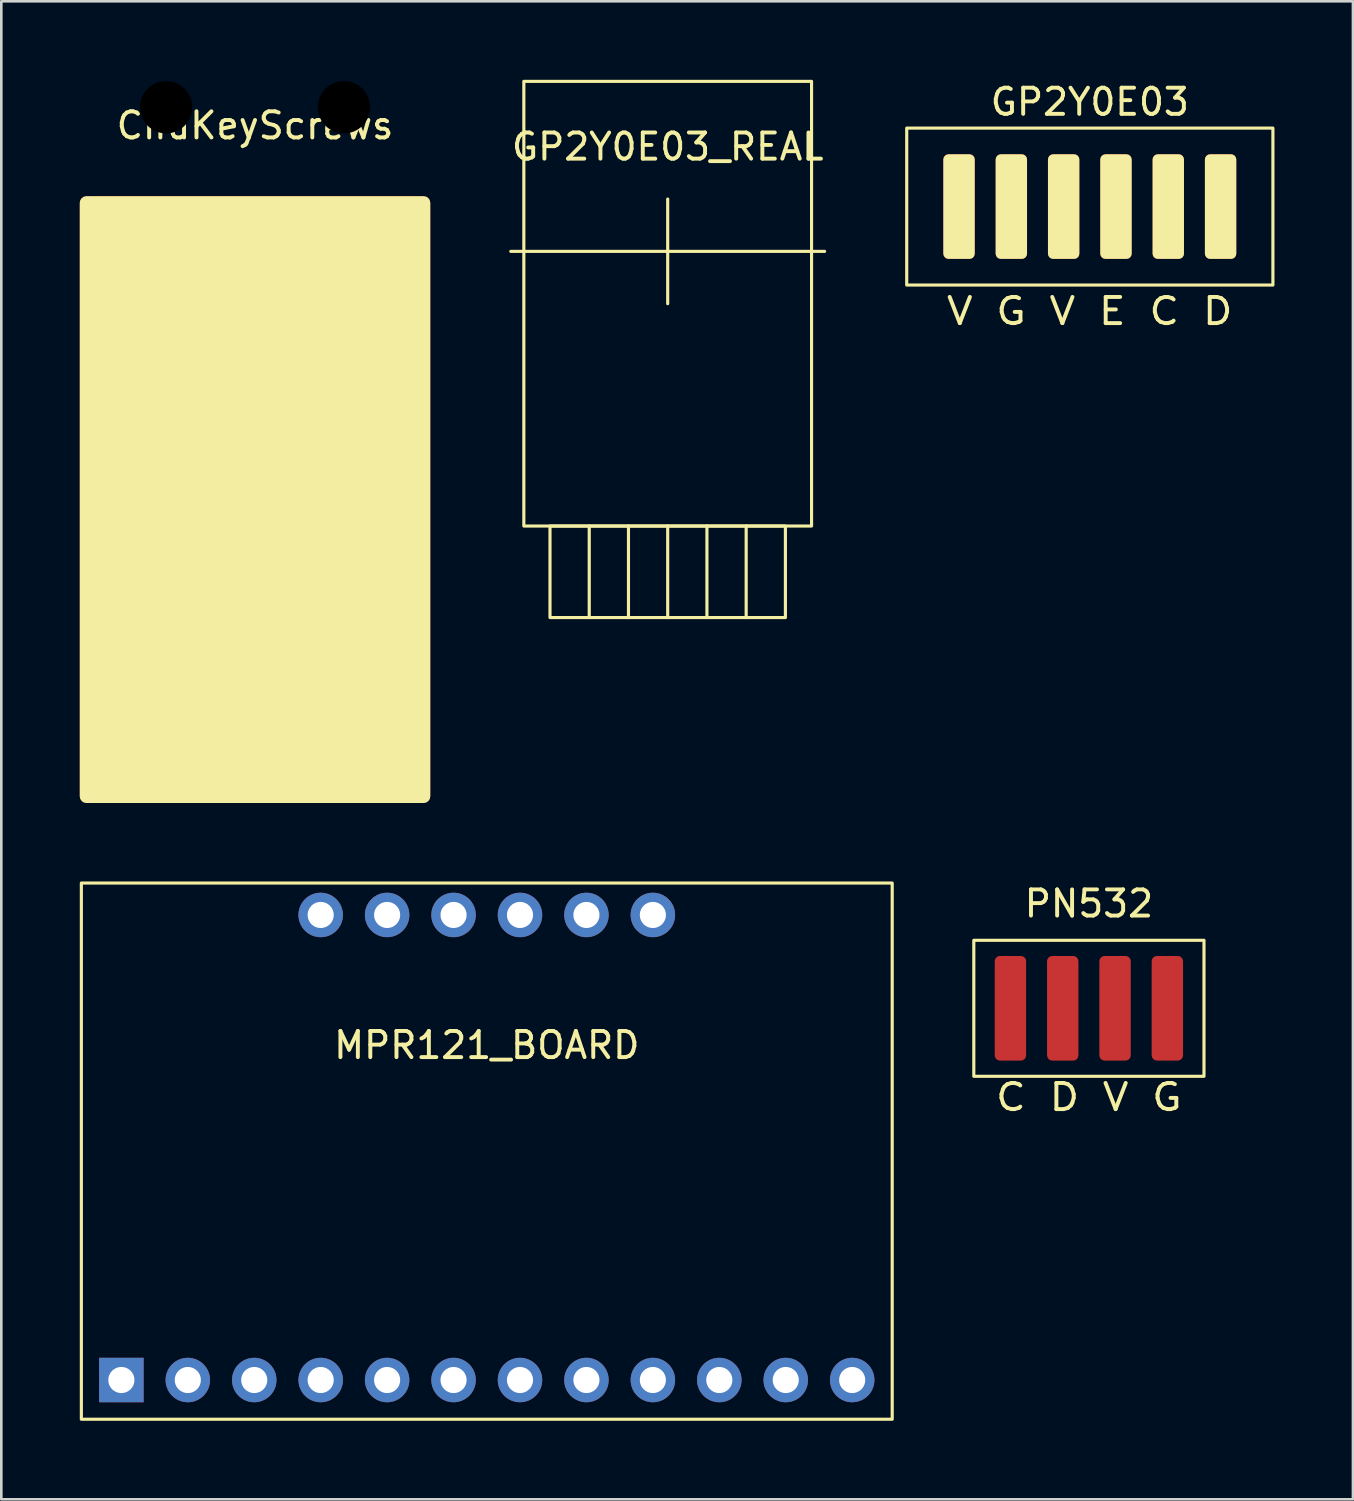
<source format=kicad_pcb>
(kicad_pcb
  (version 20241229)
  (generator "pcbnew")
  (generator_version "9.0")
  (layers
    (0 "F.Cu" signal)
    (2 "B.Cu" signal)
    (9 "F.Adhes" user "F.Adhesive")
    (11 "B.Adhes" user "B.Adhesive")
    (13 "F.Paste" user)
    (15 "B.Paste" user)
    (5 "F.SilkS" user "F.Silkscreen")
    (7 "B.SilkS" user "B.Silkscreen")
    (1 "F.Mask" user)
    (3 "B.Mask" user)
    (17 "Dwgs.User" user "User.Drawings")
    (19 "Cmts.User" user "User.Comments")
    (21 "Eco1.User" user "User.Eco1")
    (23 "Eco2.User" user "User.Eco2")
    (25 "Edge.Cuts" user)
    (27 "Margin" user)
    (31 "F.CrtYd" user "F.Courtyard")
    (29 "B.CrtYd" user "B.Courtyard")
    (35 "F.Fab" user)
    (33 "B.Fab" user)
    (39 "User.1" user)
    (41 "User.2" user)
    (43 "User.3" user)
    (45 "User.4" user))
  (footprint "PN532"
    (layer "F.Cu")
    (at 38.58 35.498)
    (property "Reference" "PN532" (at 0 -4 0) (unlocked yes) (layer "F.SilkS") (effects (font (size 1 1) (thickness 0.15))))
    (attr smd)
    (fp_rect (start -4.4 -2.6) (end 4.4 2.6) (stroke (width 0.12) (type solid)) (fill no) (layer "F.SilkS"))
    (fp_text user "C D V G" (at 0 3.4 0) (unlocked yes) (layer "F.SilkS") (effects (font (size 1 1.16) (thickness 0.15))))
    (pad "1" smd roundrect (at -3 0) (size 1.2 4) (layers "F.Cu" "F.Mask" "F.Paste") (roundrect_rratio 0.167))
    (pad "2" smd roundrect (at -1 0) (size 1.2 4) (layers "F.Cu" "F.Mask" "F.Paste") (roundrect_rratio 0.167))
    (pad "3" smd roundrect (at 1 0) (size 1.2 4) (layers "F.Cu" "F.Mask" "F.Paste") (roundrect_rratio 0.167))
    (pad "4" smd roundrect (at 3 0) (size 1.2 4) (layers "F.Cu" "F.Mask" "F.Paste") (roundrect_rratio 0.167)))
  (footprint "GP2Y0E03"
    (layer "F.Cu")
    (at 38.615 4.848)
    (property "Reference" "GP2Y0E03" (at 0 -4 0) (unlocked yes) (layer "F.SilkS") (effects (font (size 1 1) (thickness 0.15))))
    (attr smd)
    (fp_rect (start -7 -3) (end 7 3) (stroke (width 0.12) (type solid)) (fill no) (layer "F.SilkS"))
    (fp_text user "V G V E C D" (at 0 4 0) (unlocked yes) (layer "F.SilkS") (effects (font (size 1 1.16) (thickness 0.15))))
    (pad "1" smd roundrect (at -5 0) (size 1.2 4) (layers "F.Cu" "F.SilkS") (roundrect_rratio 0.167))
    (pad "2" smd roundrect (at -3 0) (size 1.2 4) (layers "F.Cu" "F.SilkS") (roundrect_rratio 0.167))
    (pad "3" smd roundrect (at -1 0) (size 1.2 4) (layers "F.Cu" "F.SilkS") (roundrect_rratio 0.167))
    (pad "4" smd roundrect (at 1 0) (size 1.2 4) (layers "F.Cu" "F.SilkS") (roundrect_rratio 0.167))
    (pad "5" smd roundrect (at 3 0) (size 1.2 4) (layers "F.Cu" "F.SilkS") (roundrect_rratio 0.167))
    (pad "6" smd roundrect (at 5 0) (size 1.2 4) (layers "F.Cu" "F.SilkS") (roundrect_rratio 0.167)))
  (footprint "MPR121_BOARD"
    (layer "F.Cu")
    (at 15.56 49.71)
    (property "Reference" "MPR121_BOARD" (at 0 -12.8 0) (layer "F.SilkS") (effects (font (size 1 1) (thickness 0.15))))
    (attr through_hole)
    (fp_rect (start -15.5 -19) (end 15.5 1.5) (stroke (width 0.12) (type solid)) (fill no) (layer "F.SilkS"))
    (pad "1" thru_hole oval (at 3.81 -17.78 90) (size 1.7 1.7) (drill 1) (layers "*.Cu" "*.Mask"))
    (pad "2" thru_hole oval (at 1.27 -17.78 90) (size 1.7 1.7) (drill 1) (layers "*.Cu" "*.Mask"))
    (pad "3" thru_hole oval (at -1.27 -17.78 90) (size 1.7 1.7) (drill 1) (layers "*.Cu" "*.Mask"))
    (pad "4" thru_hole oval (at -3.81 -17.78 90) (size 1.7 1.7) (drill 1) (layers "*.Cu" "*.Mask"))
    (pad "6" thru_hole oval (at -6.35 -17.78 90) (size 1.7 1.7) (drill 1) (layers "*.Cu" "*.Mask"))
    (pad "8" thru_hole rect (at -13.97 0 90) (size 1.7 1.7) (drill 1) (layers "*.Cu" "*.Mask"))
    (pad "9" thru_hole oval (at -11.43 0 90) (size 1.7 1.7) (drill 1) (layers "*.Cu" "*.Mask"))
    (pad "10" thru_hole oval (at -8.89 0 90) (size 1.7 1.7) (drill 1) (layers "*.Cu" "*.Mask"))
    (pad "11" thru_hole oval (at -6.35 0 90) (size 1.7 1.7) (drill 1) (layers "*.Cu" "*.Mask"))
    (pad "12" thru_hole oval (at -3.81 0 90) (size 1.7 1.7) (drill 1) (layers "*.Cu" "*.Mask"))
    (pad "13" thru_hole oval (at -1.27 0 90) (size 1.7 1.7) (drill 1) (layers "*.Cu" "*.Mask"))
    (pad "14" thru_hole oval (at 1.27 0 90) (size 1.7 1.7) (drill 1) (layers "*.Cu" "*.Mask"))
    (pad "15" thru_hole oval (at 3.81 0 90) (size 1.7 1.7) (drill 1) (layers "*.Cu" "*.Mask"))
    (pad "16" thru_hole oval (at 6.35 0 90) (size 1.7 1.7) (drill 1) (layers "*.Cu" "*.Mask"))
    (pad "17" thru_hole oval (at 8.89 0 90) (size 1.7 1.7) (drill 1) (layers "*.Cu" "*.Mask"))
    (pad "18" thru_hole oval (at 11.43 0 90) (size 1.7 1.7) (drill 1) (layers "*.Cu" "*.Mask"))
    (pad "19" thru_hole oval (at 13.97 0 90) (size 1.7 1.7) (drill 1) (layers "*.Cu" "*.Mask"))
    (pad "20" thru_hole oval (at 6.35 -17.78 90) (size 1.7 1.7) (drill 1) (layers "*.Cu" "*.Mask")))
  (footprint "ChuKeyScrews"
    (layer "F.Cu")
    (at 6.7 16.05)
    (property "Reference" "ChuKeyScrews" (at 0 -14.3 0) (unlocked yes) (layer "F.SilkS") (effects (font (size 1 1) (thickness 0.15))))
    (attr smd)
    (pad "" np_thru_hole oval (at -3.4 -15) (size 2 2) (drill 2.1) (layers "*.Mask"))
    (pad "" np_thru_hole oval (at 3.4 -15) (size 2 2) (drill 2.1) (layers "*.Mask"))
    (pad "1" smd roundrect (at 0 0) (size 13.4 23.2) (layers "F.Cu" "F.SilkS") (roundrect_rratio 0.019)))
  (footprint "GP2Y0E03_REAL"
    (layer "F.Cu")
    (at 22.477 6.56)
    (property "Reference" "GP2Y0E03_REAL" (at 0 -4 0) (unlocked yes) (layer "F.SilkS") (effects (font (size 1 1) (thickness 0.15))))
    (attr smd)
    (fp_line (start -6 0) (end 6 0) (stroke (width 0.12) (type solid)) (layer "F.SilkS"))
    (fp_line (start -3 10.5) (end -3 14) (stroke (width 0.12) (type solid)) (layer "F.SilkS"))
    (fp_line (start -1.5 10.5) (end -1.5 14) (stroke (width 0.12) (type solid)) (layer "F.SilkS"))
    (fp_line (start 0 -2) (end 0 2) (stroke (width 0.12) (type solid)) (layer "F.SilkS"))
    (fp_line (start 0 10.5) (end 0 14) (stroke (width 0.12) (type solid)) (layer "F.SilkS"))
    (fp_line (start 1.5 10.5) (end 1.5 14) (stroke (width 0.12) (type solid)) (layer "F.SilkS"))
    (fp_line (start 3 10.5) (end 3 14) (stroke (width 0.12) (type solid)) (layer "F.SilkS"))
    (fp_rect (start -5.5 -6.5) (end 5.5 10.5) (stroke (width 0.12) (type solid)) (fill no) (layer "F.SilkS"))
    (fp_rect (start -4.5 10.5) (end 4.5 14) (stroke (width 0.12) (type solid)) (fill no) (layer "F.SilkS")))
  (gr_rect
    (start -3 -3)
    (end 48.675 54.27)
    (stroke (width 0.1) (type default))
    (fill no)
    (layer "Edge.Cuts")))
</source>
